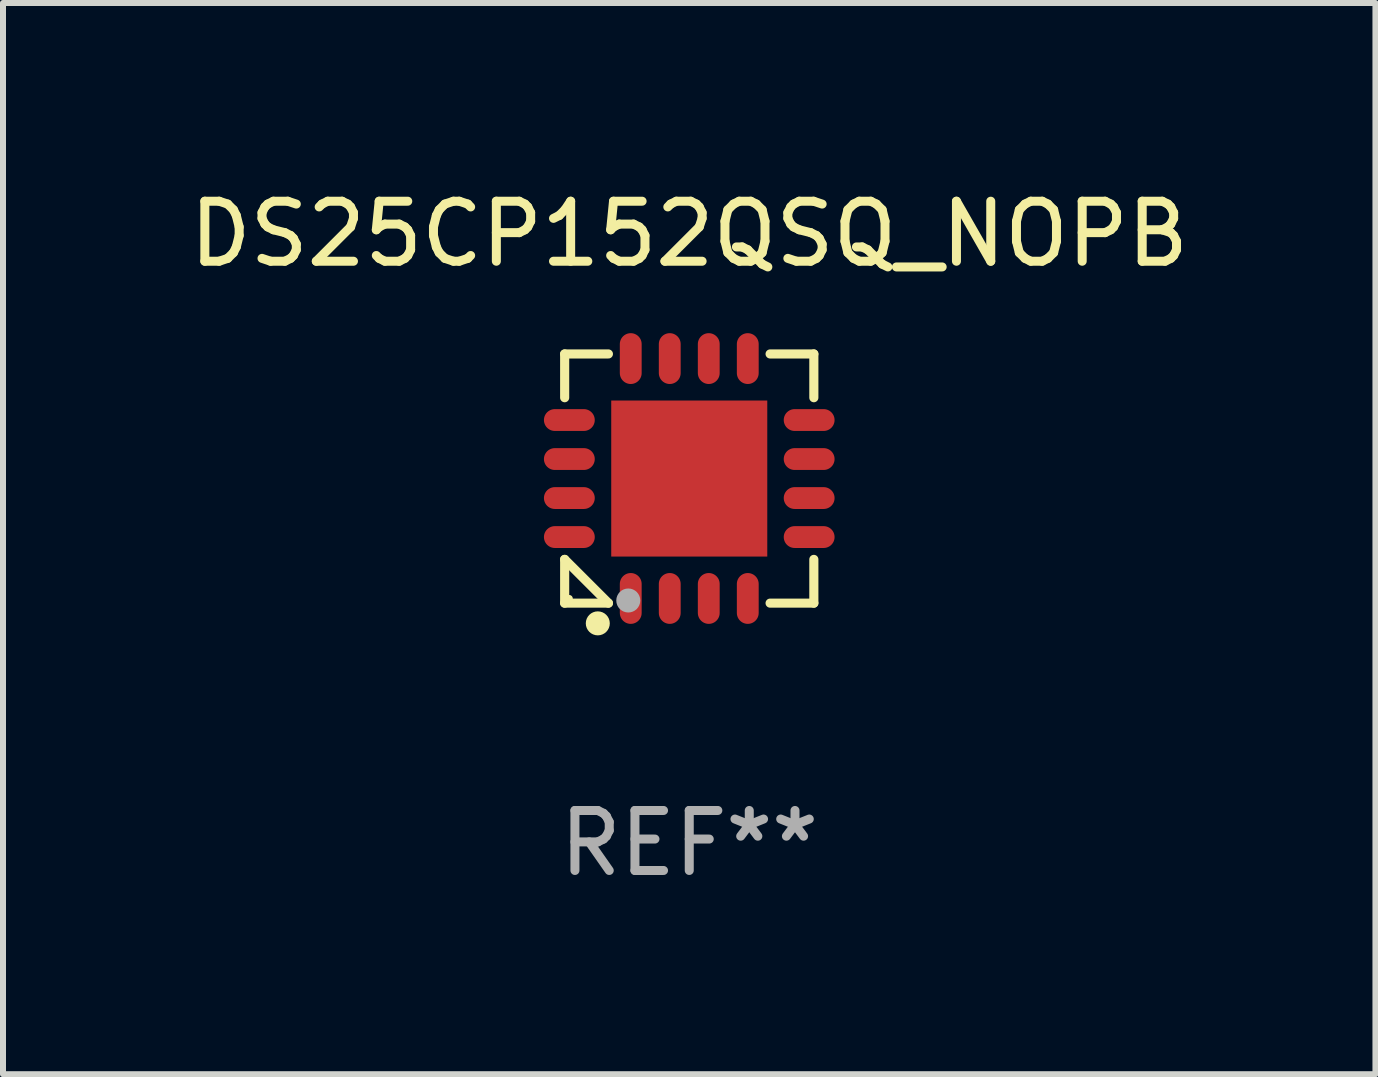
<source format=kicad_pcb>
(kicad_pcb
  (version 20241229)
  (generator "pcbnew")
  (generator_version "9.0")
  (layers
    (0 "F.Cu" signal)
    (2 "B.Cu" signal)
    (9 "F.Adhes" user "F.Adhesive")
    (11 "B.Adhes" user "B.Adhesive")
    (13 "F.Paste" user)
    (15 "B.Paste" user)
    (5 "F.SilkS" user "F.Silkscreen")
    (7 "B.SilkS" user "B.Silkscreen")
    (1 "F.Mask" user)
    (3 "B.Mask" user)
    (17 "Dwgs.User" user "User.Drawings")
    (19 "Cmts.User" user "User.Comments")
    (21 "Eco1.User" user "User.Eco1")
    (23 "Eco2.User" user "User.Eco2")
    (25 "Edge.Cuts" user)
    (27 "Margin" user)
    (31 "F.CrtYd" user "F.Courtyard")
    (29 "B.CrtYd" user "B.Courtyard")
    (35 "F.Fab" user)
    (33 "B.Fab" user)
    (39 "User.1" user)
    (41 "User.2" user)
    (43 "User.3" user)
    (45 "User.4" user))
  (footprint "DS25CP152QSQ_NOPB"
    (layer "F.Cu")
    (at 8.435 4.924)
    (property "Reference" "DS25CP152QSQ_NOPB" (at 0 -4.076 0) (layer "F.SilkS") (effects (font (size 1 1) (thickness 0.15))))
    (attr through_hole)
    (fp_line (start -2.076 -2.076) (end -1.347 -2.076) (stroke (width 0.152) (type solid)) (layer "F.SilkS"))
    (fp_line (start -2.076 -1.347) (end -2.076 -2.076) (stroke (width 0.152) (type solid)) (layer "F.SilkS"))
    (fp_line (start -2.076 1.347) (end -2.076 2.076) (stroke (width 0.152) (type solid)) (layer "F.SilkS"))
    (fp_line (start -2.076 2.076) (end -1.347 2.076) (stroke (width 0.152) (type solid)) (layer "F.SilkS"))
    (fp_line (start -1.347 2.076) (end -2.076 1.347) (stroke (width 0.152) (type solid)) (layer "F.SilkS"))
    (fp_line (start 2.076 -2.076) (end 1.347 -2.076) (stroke (width 0.152) (type solid)) (layer "F.SilkS"))
    (fp_line (start 2.076 -1.347) (end 2.076 -2.076) (stroke (width 0.152) (type solid)) (layer "F.SilkS"))
    (fp_line (start 2.076 1.347) (end 2.076 2.076) (stroke (width 0.152) (type solid)) (layer "F.SilkS"))
    (fp_line (start 2.076 2.076) (end 1.347 2.076) (stroke (width 0.152) (type solid)) (layer "F.SilkS"))
    (fp_circle (center -2 2) (end -1.97 2) (stroke (width 0.06) (type solid)) (fill no) (layer "F.SilkS"))
    (fp_circle (center -1.524 2.413) (end -1.424 2.413) (stroke (width 0.2) (type solid)) (fill no) (layer "F.SilkS"))
    (fp_circle (center -1.016 2.032) (end -0.916 2.032) (stroke (width 0.2) (type solid)) (fill no) (layer "F.Fab"))
    (fp_text user "REF**" (at 0 6.076 0) (layer "F.Fab") (effects (font (size 1 1) (thickness 0.15))))
    (pad "1" smd oval (at -0.975 1.998) (size 0.364 0.847) (layers "F.Cu" "F.Mask" "F.Paste"))
    (pad "2" smd oval (at -0.325 1.998) (size 0.364 0.847) (layers "F.Cu" "F.Mask" "F.Paste"))
    (pad "3" smd oval (at 0.325 1.998) (size 0.364 0.847) (layers "F.Cu" "F.Mask" "F.Paste"))
    (pad "4" smd oval (at 0.975 1.998) (size 0.364 0.847) (layers "F.Cu" "F.Mask" "F.Paste"))
    (pad "5" smd oval (at 1.998 0.975) (size 0.847 0.364) (layers "F.Cu" "F.Mask" "F.Paste"))
    (pad "6" smd oval (at 1.998 0.325) (size 0.847 0.364) (layers "F.Cu" "F.Mask" "F.Paste"))
    (pad "7" smd oval (at 1.998 -0.325) (size 0.847 0.364) (layers "F.Cu" "F.Mask" "F.Paste"))
    (pad "8" smd oval (at 1.998 -0.975) (size 0.847 0.364) (layers "F.Cu" "F.Mask" "F.Paste"))
    (pad "9" smd oval (at 0.975 -1.999) (size 0.364 0.847) (layers "F.Cu" "F.Mask" "F.Paste"))
    (pad "10" smd oval (at 0.325 -1.999) (size 0.364 0.847) (layers "F.Cu" "F.Mask" "F.Paste"))
    (pad "11" smd oval (at -0.325 -1.999) (size 0.364 0.847) (layers "F.Cu" "F.Mask" "F.Paste"))
    (pad "12" smd oval (at -0.975 -1.999) (size 0.364 0.847) (layers "F.Cu" "F.Mask" "F.Paste"))
    (pad "13" smd oval (at -1.998 -0.975) (size 0.847 0.364) (layers "F.Cu" "F.Mask" "F.Paste"))
    (pad "14" smd oval (at -1.998 -0.325) (size 0.847 0.364) (layers "F.Cu" "F.Mask" "F.Paste"))
    (pad "15" smd oval (at -1.998 0.325) (size 0.847 0.364) (layers "F.Cu" "F.Mask" "F.Paste"))
    (pad "16" smd oval (at -1.998 0.975) (size 0.847 0.364) (layers "F.Cu" "F.Mask" "F.Paste"))
    (pad "17" smd rect (at 0 -0.000025) (size 2.6 2.6) (layers "F.Cu" "F.Mask" "F.Paste")))
  (gr_rect
    (start -3 -3)
    (end 19.869 14.849)
    (stroke (width 0.1) (type default))
    (fill no)
    (layer "Edge.Cuts")))
</source>
